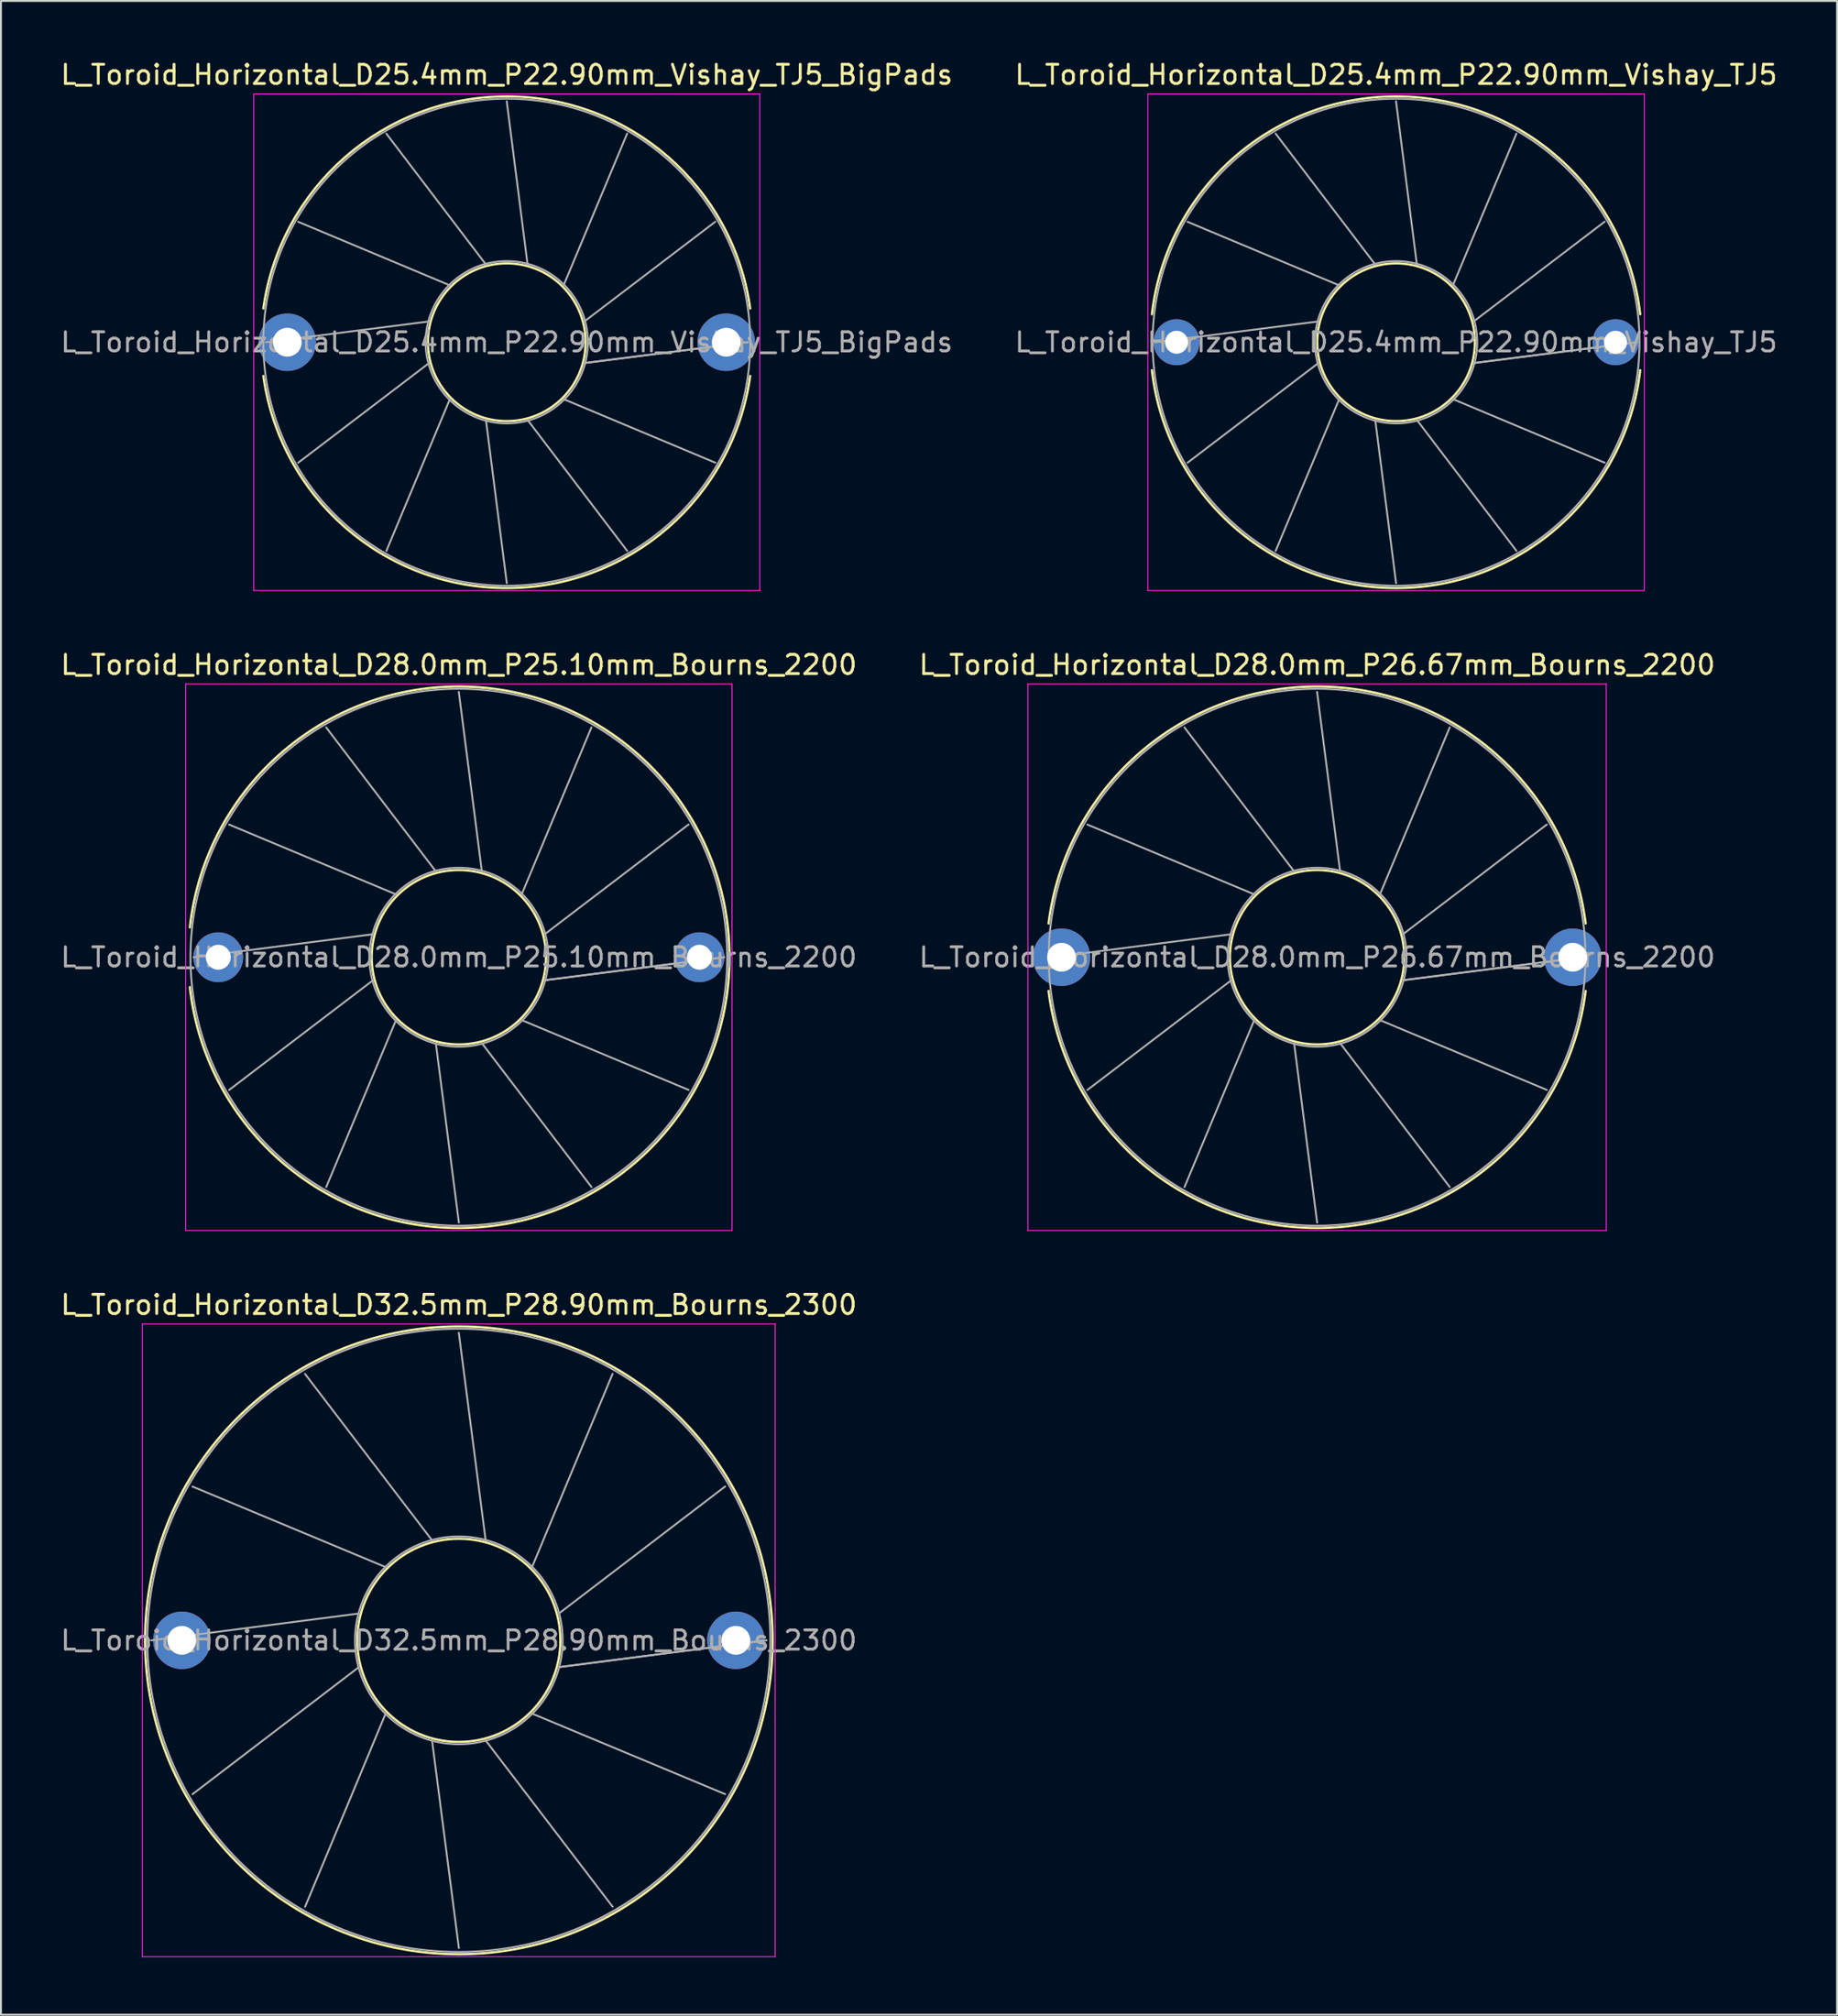
<source format=kicad_pcb>
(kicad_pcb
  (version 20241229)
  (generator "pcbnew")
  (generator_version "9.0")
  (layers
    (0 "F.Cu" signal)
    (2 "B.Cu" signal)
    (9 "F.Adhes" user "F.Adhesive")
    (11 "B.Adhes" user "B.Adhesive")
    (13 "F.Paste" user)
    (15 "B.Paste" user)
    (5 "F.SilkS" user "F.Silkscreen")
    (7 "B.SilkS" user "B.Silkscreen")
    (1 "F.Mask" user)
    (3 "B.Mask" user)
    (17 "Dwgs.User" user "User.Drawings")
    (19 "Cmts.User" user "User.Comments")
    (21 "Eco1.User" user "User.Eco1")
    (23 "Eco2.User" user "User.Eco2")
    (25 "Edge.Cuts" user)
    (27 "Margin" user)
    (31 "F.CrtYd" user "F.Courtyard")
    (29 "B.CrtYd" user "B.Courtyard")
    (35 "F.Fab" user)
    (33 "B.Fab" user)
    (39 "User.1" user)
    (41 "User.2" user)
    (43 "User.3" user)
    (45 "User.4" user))
  (footprint "L_Toroid_Horizontal_D25.4mm_P22.90mm_Vishay_TJ5"
    (layer "F.Cu")
    (at 58.33 14.798)
    (property "Reference" "L_Toroid_Horizontal_D25.4mm_P22.90mm_Vishay_TJ5" (at 11.45 -13.95 0) (layer "F.SilkS") (effects (font (size 1 1) (thickness 0.15))))
    (attr through_hole)
    (fp_arc (start -1.286593 -1.46) (mid 11.45 -12.82) (end 24.186593 -1.46) (stroke (width 0.12) (type solid)) (layer "F.SilkS"))
    (fp_arc (start 24.186593 1.46) (mid 11.45 12.82) (end -1.286593 1.46) (stroke (width 0.12) (type solid)) (layer "F.SilkS"))
    (fp_circle (center 11.45 0) (end 15.563 0) (stroke (width 0.12) (type solid)) (fill no) (layer "F.SilkS"))
    (fp_line (start -1.5 -12.95) (end -1.5 12.95) (stroke (width 0.05) (type solid)) (layer "F.CrtYd"))
    (fp_line (start -1.5 12.95) (end 24.4 12.95) (stroke (width 0.05) (type solid)) (layer "F.CrtYd"))
    (fp_line (start 24.4 -12.95) (end -1.5 -12.95) (stroke (width 0.05) (type solid)) (layer "F.CrtYd"))
    (fp_line (start 24.4 12.95) (end 24.4 -12.95) (stroke (width 0.05) (type solid)) (layer "F.CrtYd"))
    (fp_line (start -1.114 0.001) (end 7.397 -1.085) (stroke (width 0.1) (type solid)) (layer "F.Fab"))
    (fp_line (start 0.569 -6.281) (end 8.483 -2.966) (stroke (width 0.1) (type solid)) (layer "F.Fab"))
    (fp_line (start 0.57 6.283) (end 7.397 1.086) (stroke (width 0.1) (type solid)) (layer "F.Fab"))
    (fp_line (start 5.167 -10.88) (end 10.364 -4.052) (stroke (width 0.1) (type solid)) (layer "F.Fab"))
    (fp_line (start 5.169 10.881) (end 8.483 2.967) (stroke (width 0.1) (type solid)) (layer "F.Fab"))
    (fp_line (start 11.448 -12.564) (end 12.535 -4.053) (stroke (width 0.1) (type solid)) (layer "F.Fab"))
    (fp_line (start 11.451 12.564) (end 10.364 4.053) (stroke (width 0.1) (type solid)) (layer "F.Fab"))
    (fp_line (start 17.73 -10.881) (end 14.416 -2.967) (stroke (width 0.1) (type solid)) (layer "F.Fab"))
    (fp_line (start 17.732 10.88) (end 12.536 4.053) (stroke (width 0.1) (type solid)) (layer "F.Fab"))
    (fp_line (start 22.329 -6.284) (end 15.502 -1.087) (stroke (width 0.1) (type solid)) (layer "F.Fab"))
    (fp_line (start 22.33 6.282) (end 14.417 2.967) (stroke (width 0.1) (type solid)) (layer "F.Fab"))
    (fp_line (start 24.014 -0.002) (end 15.503 1.085) (stroke (width 0.1) (type solid)) (layer "F.Fab"))
    (fp_line (start 24.014 0) (end 15.503 1.086) (stroke (width 0.1) (type solid)) (layer "F.Fab"))
    (fp_circle (center 11.45 0) (end 15.683 0) (stroke (width 0.1) (type solid)) (fill no) (layer "F.Fab"))
    (fp_circle (center 11.45 0) (end 24.15 0) (stroke (width 0.1) (type solid)) (fill no) (layer "F.Fab"))
    (fp_text user "${REFERENCE}" (at 11.45 0 0) (layer "F.Fab") (effects (font (size 1 1) (thickness 0.15))))
    (pad "1" thru_hole circle (at 0 0) (size 2.4 2.4) (drill 1.2) (layers "*.Cu" "*.Mask"))
    (pad "2" thru_hole circle (at 22.9 0) (size 2.4 2.4) (drill 1.2) (layers "*.Cu" "*.Mask")))
  (footprint "L_Toroid_Horizontal_D28.0mm_P25.10mm_Bourns_2200"
    (layer "F.Cu")
    (at 8.337 46.871)
    (property "Reference" "L_Toroid_Horizontal_D28.0mm_P25.10mm_Bourns_2200" (at 12.55 -15.25 0) (layer "F.SilkS") (effects (font (size 1 1) (thickness 0.15))))
    (attr through_hole)
    (fp_arc (start -1.48356 -1.56) (mid 26.67 0) (end -1.48356 1.56) (stroke (width 0.12) (type solid)) (layer "F.SilkS"))
    (fp_circle (center 12.55 0) (end 17.097 0) (stroke (width 0.12) (type solid)) (fill no) (layer "F.SilkS"))
    (fp_line (start -1.7 -14.25) (end -1.7 14.25) (stroke (width 0.05) (type solid)) (layer "F.CrtYd"))
    (fp_line (start -1.7 14.25) (end 26.8 14.25) (stroke (width 0.05) (type solid)) (layer "F.CrtYd"))
    (fp_line (start 26.8 -14.25) (end -1.7 -14.25) (stroke (width 0.05) (type solid)) (layer "F.CrtYd"))
    (fp_line (start 26.8 14.25) (end 26.8 -14.25) (stroke (width 0.05) (type solid)) (layer "F.CrtYd"))
    (fp_line (start -1.288 0.001) (end 8.07 -1.2) (stroke (width 0.1) (type solid)) (layer "F.Fab"))
    (fp_line (start 0.566 -6.918) (end 9.27 -3.279) (stroke (width 0.1) (type solid)) (layer "F.Fab"))
    (fp_line (start 0.567 6.92) (end 8.071 1.201) (stroke (width 0.1) (type solid)) (layer "F.Fab"))
    (fp_line (start 5.63 -11.983) (end 11.349 -4.479) (stroke (width 0.1) (type solid)) (layer "F.Fab"))
    (fp_line (start 5.632 11.984) (end 9.271 3.28) (stroke (width 0.1) (type solid)) (layer "F.Fab"))
    (fp_line (start 12.548 -13.838) (end 13.75 -4.48) (stroke (width 0.1) (type solid)) (layer "F.Fab"))
    (fp_line (start 12.551 13.838) (end 11.35 4.48) (stroke (width 0.1) (type solid)) (layer "F.Fab"))
    (fp_line (start 19.467 -11.985) (end 15.829 -3.28) (stroke (width 0.1) (type solid)) (layer "F.Fab"))
    (fp_line (start 19.469 11.983) (end 13.75 4.48) (stroke (width 0.1) (type solid)) (layer "F.Fab"))
    (fp_line (start 24.533 -6.921) (end 17.029 -1.201) (stroke (width 0.1) (type solid)) (layer "F.Fab"))
    (fp_line (start 24.534 6.919) (end 15.829 3.279) (stroke (width 0.1) (type solid)) (layer "F.Fab"))
    (fp_line (start 26.388 -0.003) (end 17.03 1.199) (stroke (width 0.1) (type solid)) (layer "F.Fab"))
    (fp_line (start 26.388 0) (end 17.03 1.2) (stroke (width 0.1) (type solid)) (layer "F.Fab"))
    (fp_circle (center 12.55 0) (end 17.217 0) (stroke (width 0.1) (type solid)) (fill no) (layer "F.Fab"))
    (fp_circle (center 12.55 0) (end 26.55 0) (stroke (width 0.1) (type solid)) (fill no) (layer "F.Fab"))
    (fp_text user "${REFERENCE}" (at 12.55 0 0) (layer "F.Fab") (effects (font (size 1 1) (thickness 0.15))))
    (pad "1" thru_hole circle (at 0 0) (size 2.6 2.6) (drill 1.3) (layers "*.Cu" "*.Mask"))
    (pad "2" thru_hole circle (at 25.1 0) (size 2.6 2.6) (drill 1.3) (layers "*.Cu" "*.Mask")))
  (footprint "L_Toroid_Horizontal_D28.0mm_P26.67mm_Bourns_2200"
    (layer "F.Cu")
    (at 52.326 46.871)
    (property "Reference" "L_Toroid_Horizontal_D28.0mm_P26.67mm_Bourns_2200" (at 13.335 -15.25 0) (layer "F.SilkS") (effects (font (size 1 1) (thickness 0.15))))
    (attr through_hole)
    (fp_arc (start -0.674882 -1.76) (mid 13.335 -14.12) (end 27.344882 -1.76) (stroke (width 0.12) (type solid)) (layer "F.SilkS"))
    (fp_arc (start 27.344882 1.76) (mid 13.335 14.12) (end -0.674882 1.76) (stroke (width 0.12) (type solid)) (layer "F.SilkS"))
    (fp_circle (center 13.335 0) (end 17.882 0) (stroke (width 0.12) (type solid)) (fill no) (layer "F.SilkS"))
    (fp_line (start -1.75 -14.25) (end -1.75 14.25) (stroke (width 0.05) (type solid)) (layer "F.CrtYd"))
    (fp_line (start -1.75 14.25) (end 28.42 14.25) (stroke (width 0.05) (type solid)) (layer "F.CrtYd"))
    (fp_line (start 28.42 -14.25) (end -1.75 -14.25) (stroke (width 0.05) (type solid)) (layer "F.CrtYd"))
    (fp_line (start 28.42 14.25) (end 28.42 -14.25) (stroke (width 0.05) (type solid)) (layer "F.CrtYd"))
    (fp_line (start -0.503 0.001) (end 8.855 -1.2) (stroke (width 0.1) (type solid)) (layer "F.Fab"))
    (fp_line (start 1.351 -6.918) (end 10.055 -3.279) (stroke (width 0.1) (type solid)) (layer "F.Fab"))
    (fp_line (start 1.352 6.92) (end 8.856 1.201) (stroke (width 0.1) (type solid)) (layer "F.Fab"))
    (fp_line (start 6.415 -11.983) (end 12.134 -4.479) (stroke (width 0.1) (type solid)) (layer "F.Fab"))
    (fp_line (start 6.417 11.984) (end 10.056 3.28) (stroke (width 0.1) (type solid)) (layer "F.Fab"))
    (fp_line (start 13.333 -13.838) (end 14.535 -4.48) (stroke (width 0.1) (type solid)) (layer "F.Fab"))
    (fp_line (start 13.336 13.838) (end 12.135 4.48) (stroke (width 0.1) (type solid)) (layer "F.Fab"))
    (fp_line (start 20.252 -11.985) (end 16.614 -3.28) (stroke (width 0.1) (type solid)) (layer "F.Fab"))
    (fp_line (start 20.254 11.983) (end 14.535 4.48) (stroke (width 0.1) (type solid)) (layer "F.Fab"))
    (fp_line (start 25.318 -6.921) (end 17.814 -1.201) (stroke (width 0.1) (type solid)) (layer "F.Fab"))
    (fp_line (start 25.319 6.919) (end 16.614 3.279) (stroke (width 0.1) (type solid)) (layer "F.Fab"))
    (fp_line (start 27.173 -0.003) (end 17.815 1.199) (stroke (width 0.1) (type solid)) (layer "F.Fab"))
    (fp_line (start 27.173 0) (end 17.815 1.2) (stroke (width 0.1) (type solid)) (layer "F.Fab"))
    (fp_circle (center 13.335 0) (end 18.002 0) (stroke (width 0.1) (type solid)) (fill no) (layer "F.Fab"))
    (fp_circle (center 13.335 0) (end 27.335 0) (stroke (width 0.1) (type solid)) (fill no) (layer "F.Fab"))
    (fp_text user "${REFERENCE}" (at 13.335 0 0) (layer "F.Fab") (effects (font (size 1 1) (thickness 0.15))))
    (pad "1" thru_hole circle (at 0 0) (size 3 3) (drill 1.5) (layers "*.Cu" "*.Mask"))
    (pad "2" thru_hole circle (at 26.67 0) (size 3 3) (drill 1.5) (layers "*.Cu" "*.Mask")))
  (footprint "L_Toroid_Horizontal_D32.5mm_P28.90mm_Bourns_2300"
    (layer "F.Cu")
    (at 6.437 82.495)
    (property "Reference" "L_Toroid_Horizontal_D32.5mm_P28.90mm_Bourns_2300" (at 14.45 -17.5 0) (layer "F.SilkS") (effects (font (size 1 1) (thickness 0.15))))
    (attr through_hole)
    (fp_circle (center 14.45 0) (end 19.747 0) (stroke (width 0.12) (type solid)) (fill no) (layer "F.SilkS"))
    (fp_circle (center 14.45 0) (end 30.82 0) (stroke (width 0.12) (type solid)) (fill no) (layer "F.SilkS"))
    (fp_line (start -2.06 -16.5) (end -2.06 16.5) (stroke (width 0.05) (type solid)) (layer "F.CrtYd"))
    (fp_line (start -2.06 16.5) (end 30.95 16.5) (stroke (width 0.05) (type solid)) (layer "F.CrtYd"))
    (fp_line (start 30.95 -16.5) (end -2.06 -16.5) (stroke (width 0.05) (type solid)) (layer "F.CrtYd"))
    (fp_line (start 30.95 16.5) (end 30.95 -16.5) (stroke (width 0.05) (type solid)) (layer "F.CrtYd"))
    (fp_line (start -1.593 0.001) (end 9.231 -1.398) (stroke (width 0.1) (type solid)) (layer "F.Fab"))
    (fp_line (start 0.556 -8.02) (end 10.629 -3.82) (stroke (width 0.1) (type solid)) (layer "F.Fab"))
    (fp_line (start 0.557 8.022) (end 9.232 1.399) (stroke (width 0.1) (type solid)) (layer "F.Fab"))
    (fp_line (start 6.427 -13.892) (end 13.051 -5.218) (stroke (width 0.1) (type solid)) (layer "F.Fab"))
    (fp_line (start 6.43 13.894) (end 10.63 3.82) (stroke (width 0.1) (type solid)) (layer "F.Fab"))
    (fp_line (start 14.448 -16.043) (end 15.848 -5.219) (stroke (width 0.1) (type solid)) (layer "F.Fab"))
    (fp_line (start 14.451 16.043) (end 13.052 5.219) (stroke (width 0.1) (type solid)) (layer "F.Fab"))
    (fp_line (start 22.469 -13.895) (end 18.27 -3.821) (stroke (width 0.1) (type solid)) (layer "F.Fab"))
    (fp_line (start 22.472 13.893) (end 15.848 5.218) (stroke (width 0.1) (type solid)) (layer "F.Fab"))
    (fp_line (start 28.342 -8.024) (end 19.668 -1.399) (stroke (width 0.1) (type solid)) (layer "F.Fab"))
    (fp_line (start 28.343 8.021) (end 18.27 3.82) (stroke (width 0.1) (type solid)) (layer "F.Fab"))
    (fp_line (start 30.493 -0.003) (end 19.669 1.397) (stroke (width 0.1) (type solid)) (layer "F.Fab"))
    (fp_line (start 30.493 0) (end 19.669 1.398) (stroke (width 0.1) (type solid)) (layer "F.Fab"))
    (fp_circle (center 14.45 0) (end 19.867 0) (stroke (width 0.1) (type solid)) (fill no) (layer "F.Fab"))
    (fp_circle (center 14.45 0) (end 30.7 0) (stroke (width 0.1) (type solid)) (fill no) (layer "F.Fab"))
    (fp_text user "${REFERENCE}" (at 14.45 0 0) (layer "F.Fab") (effects (font (size 1 1) (thickness 0.15))))
    (pad "1" thru_hole circle (at 0 0) (size 3 3) (drill 1.5) (layers "*.Cu" "*.Mask"))
    (pad "2" thru_hole circle (at 28.9 0) (size 3 3) (drill 1.5) (layers "*.Cu" "*.Mask")))
  (footprint "L_Toroid_Horizontal_D25.4mm_P22.90mm_Vishay_TJ5_BigPads"
    (layer "F.Cu")
    (at 11.937 14.798)
    (property "Reference" "L_Toroid_Horizontal_D25.4mm_P22.90mm_Vishay_TJ5_BigPads" (at 11.45 -13.95 0) (layer "F.SilkS") (effects (font (size 1 1) (thickness 0.15))))
    (attr through_hole)
    (fp_arc (start -1.248614 -1.76) (mid 11.45 -12.82) (end 24.148614 -1.76) (stroke (width 0.12) (type solid)) (layer "F.SilkS"))
    (fp_arc (start 24.148614 1.76) (mid 11.45 12.82) (end -1.248614 1.76) (stroke (width 0.12) (type solid)) (layer "F.SilkS"))
    (fp_circle (center 11.45 0) (end 15.563 0) (stroke (width 0.12) (type solid)) (fill no) (layer "F.SilkS"))
    (fp_line (start -1.75 -12.95) (end -1.75 12.95) (stroke (width 0.05) (type solid)) (layer "F.CrtYd"))
    (fp_line (start -1.75 12.95) (end 24.65 12.95) (stroke (width 0.05) (type solid)) (layer "F.CrtYd"))
    (fp_line (start 24.65 -12.95) (end -1.75 -12.95) (stroke (width 0.05) (type solid)) (layer "F.CrtYd"))
    (fp_line (start 24.65 12.95) (end 24.65 -12.95) (stroke (width 0.05) (type solid)) (layer "F.CrtYd"))
    (fp_line (start -1.114 0.001) (end 7.397 -1.085) (stroke (width 0.1) (type solid)) (layer "F.Fab"))
    (fp_line (start 0.569 -6.281) (end 8.483 -2.966) (stroke (width 0.1) (type solid)) (layer "F.Fab"))
    (fp_line (start 0.57 6.283) (end 7.397 1.086) (stroke (width 0.1) (type solid)) (layer "F.Fab"))
    (fp_line (start 5.167 -10.88) (end 10.364 -4.052) (stroke (width 0.1) (type solid)) (layer "F.Fab"))
    (fp_line (start 5.169 10.881) (end 8.483 2.967) (stroke (width 0.1) (type solid)) (layer "F.Fab"))
    (fp_line (start 11.448 -12.564) (end 12.535 -4.053) (stroke (width 0.1) (type solid)) (layer "F.Fab"))
    (fp_line (start 11.451 12.564) (end 10.364 4.053) (stroke (width 0.1) (type solid)) (layer "F.Fab"))
    (fp_line (start 17.73 -10.881) (end 14.416 -2.967) (stroke (width 0.1) (type solid)) (layer "F.Fab"))
    (fp_line (start 17.732 10.88) (end 12.536 4.053) (stroke (width 0.1) (type solid)) (layer "F.Fab"))
    (fp_line (start 22.329 -6.284) (end 15.502 -1.087) (stroke (width 0.1) (type solid)) (layer "F.Fab"))
    (fp_line (start 22.33 6.282) (end 14.417 2.967) (stroke (width 0.1) (type solid)) (layer "F.Fab"))
    (fp_line (start 24.014 -0.002) (end 15.503 1.085) (stroke (width 0.1) (type solid)) (layer "F.Fab"))
    (fp_line (start 24.014 0) (end 15.503 1.086) (stroke (width 0.1) (type solid)) (layer "F.Fab"))
    (fp_circle (center 11.45 0) (end 15.683 0) (stroke (width 0.1) (type solid)) (fill no) (layer "F.Fab"))
    (fp_circle (center 11.45 0) (end 24.15 0) (stroke (width 0.1) (type solid)) (fill no) (layer "F.Fab"))
    (fp_text user "${REFERENCE}" (at 11.45 0 0) (layer "F.Fab") (effects (font (size 1 1) (thickness 0.15))))
    (pad "1" thru_hole circle (at 0 0) (size 3 3) (drill 1.5) (layers "*.Cu" "*.Mask"))
    (pad "2" thru_hole circle (at 22.9 0) (size 3 3) (drill 1.5) (layers "*.Cu" "*.Mask")))
  (gr_rect
    (start -3 -3)
    (end 92.786 102.02)
    (stroke (width 0.1) (type default))
    (fill no)
    (layer "Edge.Cuts")))
</source>
